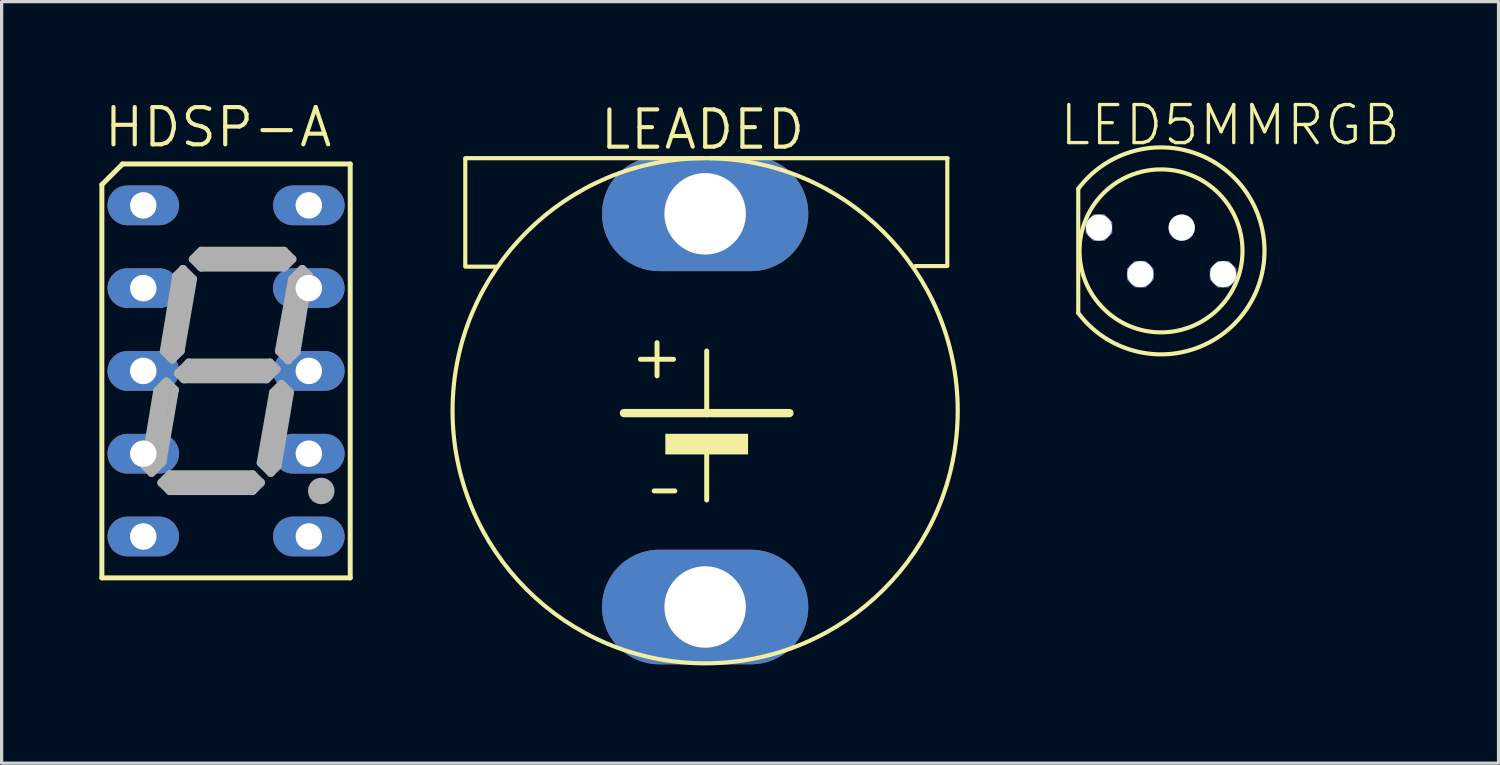
<source format=kicad_pcb>
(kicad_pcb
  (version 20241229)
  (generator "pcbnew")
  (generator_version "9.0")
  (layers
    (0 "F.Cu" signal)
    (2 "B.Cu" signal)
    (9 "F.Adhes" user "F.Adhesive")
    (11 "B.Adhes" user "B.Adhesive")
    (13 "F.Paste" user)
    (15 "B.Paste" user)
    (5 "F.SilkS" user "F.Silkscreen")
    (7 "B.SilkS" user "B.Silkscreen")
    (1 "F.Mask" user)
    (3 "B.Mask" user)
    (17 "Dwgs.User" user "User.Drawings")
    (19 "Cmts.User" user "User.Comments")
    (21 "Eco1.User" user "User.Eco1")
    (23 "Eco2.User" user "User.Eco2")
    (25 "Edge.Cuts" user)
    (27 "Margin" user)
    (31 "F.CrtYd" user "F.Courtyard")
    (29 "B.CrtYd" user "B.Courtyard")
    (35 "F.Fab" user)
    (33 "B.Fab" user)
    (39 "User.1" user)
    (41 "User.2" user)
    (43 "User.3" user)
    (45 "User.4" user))
  (footprint "HDSP-A"
    (layer "F.Cu")
    (at 3.886 8.331)
    (property "Reference" "HDSP-A" (at -3.81 -6.807 0) (layer "F.SilkS") (effects (font (size 1.143 1.143) (thickness 0.127)) (justify left bottom)))
    (fp_line (start -3.81 -5.715) (end -3.81 6.35) (stroke (width 0.152) (type solid)) (layer "F.SilkS"))
    (fp_line (start -3.81 -5.715) (end -3.175 -6.35) (stroke (width 0.152) (type solid)) (layer "F.SilkS"))
    (fp_line (start -3.175 -6.35) (end 3.81 -6.35) (stroke (width 0.152) (type solid)) (layer "F.SilkS"))
    (fp_line (start 3.81 -6.35) (end 3.81 6.35) (stroke (width 0.152) (type solid)) (layer "F.SilkS"))
    (fp_line (start 3.81 6.35) (end -3.81 6.35) (stroke (width 0.152) (type solid)) (layer "F.SilkS"))
    (fp_line (start -2.489 2.921) (end -2.286 3.124) (stroke (width 0.254) (type solid)) (layer "F.Fab"))
    (fp_line (start -2.286 2.921) (end -1.905 0.635) (stroke (width 0.406) (type solid)) (layer "F.Fab"))
    (fp_line (start -2.286 3.124) (end -1.956 2.794) (stroke (width 0.254) (type solid)) (layer "F.Fab"))
    (fp_line (start -2.108 0.61) (end -2.489 2.921) (stroke (width 0.254) (type solid)) (layer "F.Fab"))
    (fp_line (start -1.981 3.429) (end -1.727 3.175) (stroke (width 0.254) (type solid)) (layer "F.Fab"))
    (fp_line (start -1.956 2.794) (end -1.575 0.584) (stroke (width 0.254) (type solid)) (layer "F.Fab"))
    (fp_line (start -1.905 -0.61) (end -1.524 -2.921) (stroke (width 0.254) (type solid)) (layer "F.Fab"))
    (fp_line (start -1.829 0.33) (end -2.108 0.61) (stroke (width 0.254) (type solid)) (layer "F.Fab"))
    (fp_line (start -1.829 0.33) (end -1.575 0.584) (stroke (width 0.254) (type solid)) (layer "F.Fab"))
    (fp_line (start -1.727 3.175) (end 0.813 3.175) (stroke (width 0.254) (type solid)) (layer "F.Fab"))
    (fp_line (start -1.727 3.683) (end -1.981 3.429) (stroke (width 0.254) (type solid)) (layer "F.Fab"))
    (fp_line (start -1.651 -0.356) (end -1.905 -0.61) (stroke (width 0.254) (type solid)) (layer "F.Fab"))
    (fp_line (start -1.524 -2.921) (end -1.321 -3.124) (stroke (width 0.254) (type solid)) (layer "F.Fab"))
    (fp_line (start -1.473 0.076) (end -1.143 -0.254) (stroke (width 0.254) (type solid)) (layer "F.Fab"))
    (fp_line (start -1.397 -0.61) (end -1.651 -0.356) (stroke (width 0.254) (type solid)) (layer "F.Fab"))
    (fp_line (start -1.321 -3.124) (end -1.016 -2.819) (stroke (width 0.254) (type solid)) (layer "F.Fab"))
    (fp_line (start -1.295 0.254) (end -1.473 0.076) (stroke (width 0.254) (type solid)) (layer "F.Fab"))
    (fp_line (start -1.27 -2.794) (end -1.651 -0.635) (stroke (width 0.406) (type solid)) (layer "F.Fab"))
    (fp_line (start -1.27 0) (end 1.27 0) (stroke (width 0.406) (type solid)) (layer "F.Fab"))
    (fp_line (start -1.143 -0.254) (end 1.346 -0.254) (stroke (width 0.254) (type solid)) (layer "F.Fab"))
    (fp_line (start -1.016 -3.429) (end -0.762 -3.683) (stroke (width 0.254) (type solid)) (layer "F.Fab"))
    (fp_line (start -1.016 -2.819) (end -1.397 -0.61) (stroke (width 0.254) (type solid)) (layer "F.Fab"))
    (fp_line (start -0.762 -3.683) (end 1.778 -3.683) (stroke (width 0.254) (type solid)) (layer "F.Fab"))
    (fp_line (start -0.762 -3.175) (end -1.016 -3.429) (stroke (width 0.254) (type solid)) (layer "F.Fab"))
    (fp_line (start 0.762 3.429) (end -1.651 3.429) (stroke (width 0.406) (type solid)) (layer "F.Fab"))
    (fp_line (start 0.813 3.175) (end 1.067 3.429) (stroke (width 0.254) (type solid)) (layer "F.Fab"))
    (fp_line (start 0.813 3.683) (end -1.727 3.683) (stroke (width 0.254) (type solid)) (layer "F.Fab"))
    (fp_line (start 1.067 2.819) (end 1.372 3.124) (stroke (width 0.254) (type solid)) (layer "F.Fab"))
    (fp_line (start 1.067 3.429) (end 0.813 3.683) (stroke (width 0.254) (type solid)) (layer "F.Fab"))
    (fp_line (start 1.245 0.254) (end -1.295 0.254) (stroke (width 0.254) (type solid)) (layer "F.Fab"))
    (fp_line (start 1.346 -0.254) (end 1.549 -0.051) (stroke (width 0.254) (type solid)) (layer "F.Fab"))
    (fp_line (start 1.372 3.124) (end 1.575 2.921) (stroke (width 0.254) (type solid)) (layer "F.Fab"))
    (fp_line (start 1.448 0.66) (end 1.067 2.819) (stroke (width 0.254) (type solid)) (layer "F.Fab"))
    (fp_line (start 1.549 -0.051) (end 1.245 0.254) (stroke (width 0.254) (type solid)) (layer "F.Fab"))
    (fp_line (start 1.575 2.921) (end 1.956 0.66) (stroke (width 0.254) (type solid)) (layer "F.Fab"))
    (fp_line (start 1.626 -0.61) (end 1.905 -0.33) (stroke (width 0.254) (type solid)) (layer "F.Fab"))
    (fp_line (start 1.651 0.762) (end 1.27 2.794) (stroke (width 0.406) (type solid)) (layer "F.Fab"))
    (fp_line (start 1.702 0.406) (end 1.448 0.66) (stroke (width 0.254) (type solid)) (layer "F.Fab"))
    (fp_line (start 1.778 -3.683) (end 2.032 -3.429) (stroke (width 0.254) (type solid)) (layer "F.Fab"))
    (fp_line (start 1.778 -3.429) (end -0.762 -3.429) (stroke (width 0.406) (type solid)) (layer "F.Fab"))
    (fp_line (start 1.778 -3.175) (end -0.762 -3.175) (stroke (width 0.254) (type solid)) (layer "F.Fab"))
    (fp_line (start 1.905 -0.33) (end 2.159 -0.584) (stroke (width 0.254) (type solid)) (layer "F.Fab"))
    (fp_line (start 1.956 0.66) (end 1.702 0.406) (stroke (width 0.254) (type solid)) (layer "F.Fab"))
    (fp_line (start 2.032 -3.429) (end 1.778 -3.175) (stroke (width 0.254) (type solid)) (layer "F.Fab"))
    (fp_line (start 2.032 -2.819) (end 1.626 -0.61) (stroke (width 0.254) (type solid)) (layer "F.Fab"))
    (fp_line (start 2.159 -0.584) (end 2.54 -2.921) (stroke (width 0.254) (type solid)) (layer "F.Fab"))
    (fp_line (start 2.286 -2.794) (end 1.905 -0.635) (stroke (width 0.406) (type solid)) (layer "F.Fab"))
    (fp_line (start 2.337 -3.124) (end 2.032 -2.819) (stroke (width 0.254) (type solid)) (layer "F.Fab"))
    (fp_line (start 2.54 -2.921) (end 2.337 -3.124) (stroke (width 0.254) (type solid)) (layer "F.Fab"))
    (fp_line (start 2.794 3.683) (end 3.048 3.683) (stroke (width 0.305) (type solid)) (layer "F.Fab"))
    (fp_circle (center 2.921 3.683) (end 3.175 3.683) (stroke (width 0.305) (type solid)) (fill no) (layer "F.Fab"))
    (pad "1" thru_hole oval (at -2.54 -5.08) (size 2.195 1.219) (drill 0.813) (layers "*.Cu" "*.Mask"))
    (pad "2" thru_hole oval (at -2.54 -2.54) (size 2.195 1.219) (drill 0.813) (layers "*.Cu" "*.Mask"))
    (pad "3" thru_hole oval (at -2.54 0) (size 2.195 1.219) (drill 0.813) (layers "*.Cu" "*.Mask"))
    (pad "4" thru_hole oval (at -2.54 2.54) (size 2.195 1.219) (drill 0.813) (layers "*.Cu" "*.Mask"))
    (pad "5" thru_hole oval (at -2.54 5.08) (size 2.195 1.219) (drill 0.813) (layers "*.Cu" "*.Mask"))
    (pad "6" thru_hole oval (at 2.54 5.08) (size 2.195 1.219) (drill 0.813) (layers "*.Cu" "*.Mask"))
    (pad "7" thru_hole oval (at 2.54 2.54) (size 2.195 1.219) (drill 0.813) (layers "*.Cu" "*.Mask"))
    (pad "8" thru_hole oval (at 2.54 0) (size 2.195 1.219) (drill 0.813) (layers "*.Cu" "*.Mask"))
    (pad "9" thru_hole oval (at 2.54 -2.54) (size 2.195 1.219) (drill 0.813) (layers "*.Cu" "*.Mask"))
    (pad "10" thru_hole oval (at 2.54 -5.08) (size 2.195 1.219) (drill 0.813) (layers "*.Cu" "*.Mask")))
  (footprint "LEADED"
    (layer "F.Cu")
    (at 18.586 9.543)
    (property "Reference" "LEADED" (at 3.133 -9.284 0) (layer "F.SilkS") (effects (font (size 1.143 1.143) (thickness 0.127)) (justify right top)))
    (fp_line (start -7.36 -4.44) (end -7.36 -7.71) (stroke (width 0.127) (type solid)) (layer "F.SilkS"))
    (fp_line (start -7.36 -4.41) (end -6.38 -4.41) (stroke (width 0.127) (type solid)) (layer "F.SilkS"))
    (fp_line (start -2.493 0.082) (end 0.048 0.082) (stroke (width 0.254) (type solid)) (layer "F.SilkS"))
    (fp_line (start -1.984 -1.569) (end -0.969 -1.569) (stroke (width 0.152) (type solid)) (layer "F.SilkS"))
    (fp_line (start -1.476 -1.062) (end -1.476 -2.078) (stroke (width 0.152) (type solid)) (layer "F.SilkS"))
    (fp_line (start -0.929 2.47) (end -1.565 2.47) (stroke (width 0.152) (type solid)) (layer "F.SilkS"))
    (fp_line (start -0.06 -7.74) (end -7.36 -7.74) (stroke (width 0.127) (type solid)) (layer "F.SilkS"))
    (fp_line (start 0.048 0.082) (end 0.048 -1.823) (stroke (width 0.152) (type solid)) (layer "F.SilkS"))
    (fp_line (start 0.048 0.082) (end 2.587 0.082) (stroke (width 0.254) (type solid)) (layer "F.SilkS"))
    (fp_line (start 0.048 2.748) (end 0.048 1.351) (stroke (width 0.152) (type solid)) (layer "F.SilkS"))
    (fp_line (start 7.43 -4.46) (end 7.43 -7.73) (stroke (width 0.127) (type solid)) (layer "F.SilkS"))
    (fp_line (start 7.43 -4.43) (end 6.45 -4.43) (stroke (width 0.127) (type solid)) (layer "F.SilkS"))
    (fp_line (start 7.44 -7.74) (end 0.14 -7.74) (stroke (width 0.127) (type solid)) (layer "F.SilkS"))
    (fp_circle (center 0 0.01) (end 7.75 0.01) (stroke (width 0.127) (type solid)) (fill no) (layer "F.SilkS"))
    (fp_poly (pts (xy -1.222 0.717) (xy -1.222 1.351) (xy 1.317 1.351) (xy 1.317 0.717)) (stroke (width 0) (type default)) (fill yes) (layer "F.SilkS"))
    (pad "P1" thru_hole oval (at 0 -6.032 180) (size 6.329 3.516) (drill 2.5) (layers "*.Cu" "*.Mask"))
    (pad "P2" thru_hole oval (at 0 6.032 180) (size 6.329 3.516) (drill 2.5) (layers "*.Cu" "*.Mask")))
  (footprint "LED5MMRGB"
    (layer "F.Cu")
    (at 32.574 4.648)
    (property "Reference" "LED5MMRGB" (at -3.175 -3.175 0) (layer "F.SilkS") (effects (font (size 1.168 1.168) (thickness 0.102)) (justify left bottom)))
    (fp_line (start -2.54 -1.905) (end -2.54 1.905) (stroke (width 0.127) (type solid)) (layer "F.SilkS"))
    (fp_arc (start -2.54 -1.905) (mid 3.175 0) (end -2.54 1.905) (stroke (width 0.127) (type solid)) (layer "F.SilkS"))
    (fp_circle (center 0 0) (end 2.5 0) (stroke (width 0.127) (type solid)) (fill no) (layer "F.SilkS"))
    (pad "P$1" thru_hole roundrect (at -1.905 -0.714 90) (size 0.813 0.813) (drill 0.8) (layers "*.Cu" "*.Mask") (roundrect_rratio 0.25) (chamfer_ratio 0.293) (chamfer top_left top_right bottom_left bottom_right))
    (pad "P$2" thru_hole roundrect (at -0.635 0.714 90) (size 0.813 0.813) (drill 0.8) (layers "*.Cu" "*.Mask") (roundrect_rratio 0.25) (chamfer_ratio 0.293) (chamfer top_left top_right bottom_left bottom_right))
    (pad "P$3" thru_hole circle (at 0.635 -0.714 90) (size 0.813 0.813) (drill 0.8) (layers "*.Cu" "*.Mask"))
    (pad "P$4" thru_hole roundrect (at 1.905 0.714 90) (size 0.813 0.813) (drill 0.8) (layers "*.Cu" "*.Mask") (roundrect_rratio 0.25) (chamfer_ratio 0.293) (chamfer top_left top_right bottom_left bottom_right)))
  (gr_rect
    (start -3 -3)
    (end 42.93 20.366)
    (stroke (width 0.1) (type default))
    (fill no)
    (layer "Edge.Cuts")))
</source>
